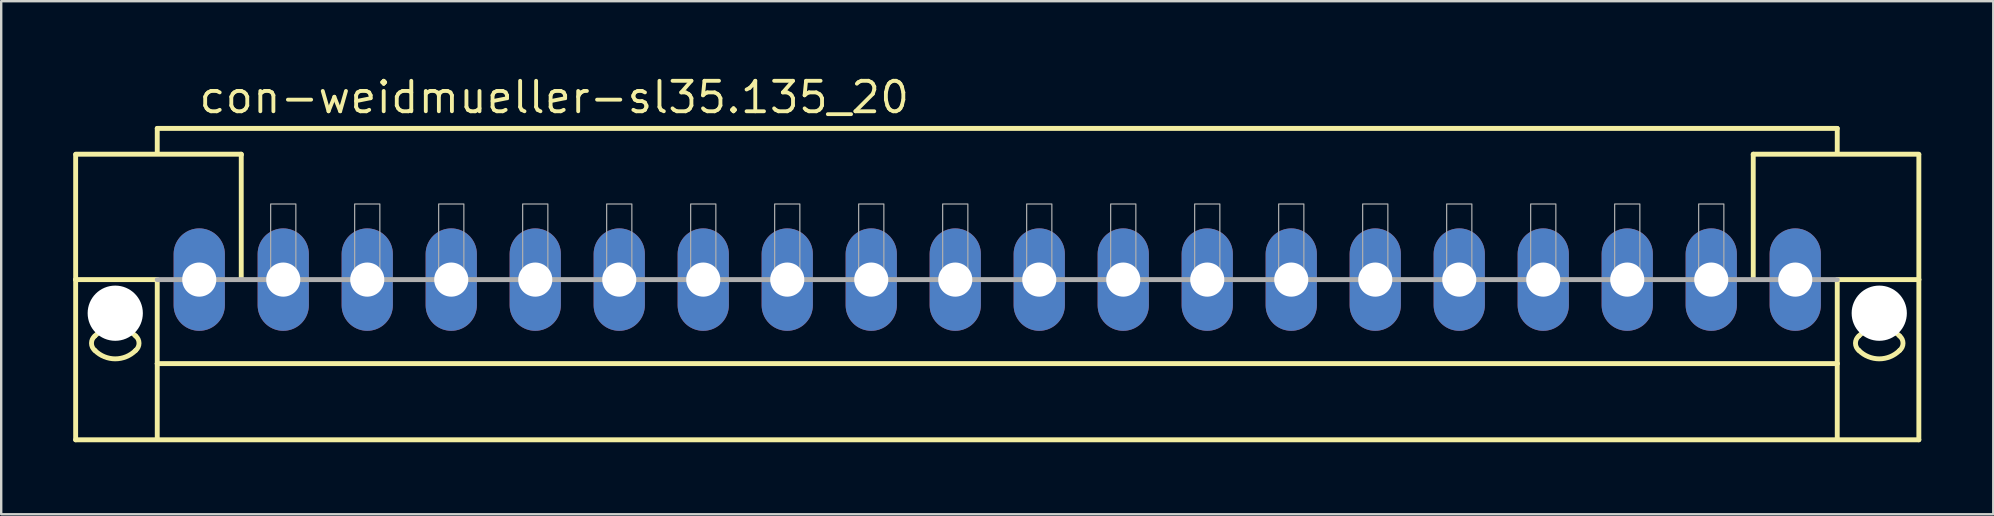
<source format=kicad_pcb>
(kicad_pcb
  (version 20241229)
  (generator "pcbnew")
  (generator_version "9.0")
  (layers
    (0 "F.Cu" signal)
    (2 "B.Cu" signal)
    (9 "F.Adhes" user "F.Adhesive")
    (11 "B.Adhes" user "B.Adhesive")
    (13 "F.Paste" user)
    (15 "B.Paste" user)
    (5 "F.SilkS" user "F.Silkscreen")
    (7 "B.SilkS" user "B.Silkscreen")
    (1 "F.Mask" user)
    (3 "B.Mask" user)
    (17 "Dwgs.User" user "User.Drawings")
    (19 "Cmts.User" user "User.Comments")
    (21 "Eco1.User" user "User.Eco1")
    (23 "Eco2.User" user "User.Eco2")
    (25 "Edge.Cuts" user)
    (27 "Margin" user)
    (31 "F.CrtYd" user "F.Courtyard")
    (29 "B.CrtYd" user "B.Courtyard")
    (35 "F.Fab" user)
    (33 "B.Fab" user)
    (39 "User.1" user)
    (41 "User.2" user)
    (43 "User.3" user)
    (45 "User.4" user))
  (footprint "con-weidmueller-sl35.135_20"
    (layer "F.Cu")
    (at 38.502 8.6)
    (property "Reference" "con-weidmueller-sl35.135_20" (at -33.35 -6.85 0) (layer "F.SilkS") (effects (font (size 1.27 1.27) (thickness 0.16)) (justify left bottom)))
    (attr through_hole)
    (fp_line (start -38.4 -5.225) (end -31.5 -5.225) (stroke (width 0.203) (type default)) (layer "F.SilkS"))
    (fp_line (start -38.4 -5.2) (end -38.4 0) (stroke (width 0.203) (type default)) (layer "F.SilkS"))
    (fp_line (start -38.4 0) (end -38.4 6.675) (stroke (width 0.203) (type default)) (layer "F.SilkS"))
    (fp_line (start -38.4 0) (end -35 0) (stroke (width 0.203) (type default)) (layer "F.SilkS"))
    (fp_line (start -38.4 6.675) (end 38.4 6.675) (stroke (width 0.203) (type default)) (layer "F.SilkS"))
    (fp_line (start -35 -6.3) (end 35 -6.3) (stroke (width 0.203) (type default)) (layer "F.SilkS"))
    (fp_line (start -35 -5.3) (end -35 -6.3) (stroke (width 0.203) (type default)) (layer "F.SilkS"))
    (fp_line (start -35 0) (end -35 3.5) (stroke (width 0.203) (type default)) (layer "F.SilkS"))
    (fp_line (start -35 3.5) (end 35 3.5) (stroke (width 0.203) (type default)) (layer "F.SilkS"))
    (fp_line (start -35 6.65) (end -35 3.5) (stroke (width 0.203) (type default)) (layer "F.SilkS"))
    (fp_line (start -31.5 -5.225) (end -31.5 -5.2) (stroke (width 0.203) (type default)) (layer "F.SilkS"))
    (fp_line (start -31.5 -5.175) (end -31.5 0) (stroke (width 0.203) (type default)) (layer "F.SilkS"))
    (fp_line (start 31.5 -5.225) (end 38.4 -5.225) (stroke (width 0.203) (type default)) (layer "F.SilkS"))
    (fp_line (start 31.5 -5.2) (end 31.5 -5.225) (stroke (width 0.203) (type default)) (layer "F.SilkS"))
    (fp_line (start 31.5 0) (end 31.5 -5.175) (stroke (width 0.203) (type default)) (layer "F.SilkS"))
    (fp_line (start 35 -6.3) (end 35 -5.3) (stroke (width 0.203) (type default)) (layer "F.SilkS"))
    (fp_line (start 35 3.5) (end 35 0) (stroke (width 0.203) (type default)) (layer "F.SilkS"))
    (fp_line (start 35 6.65) (end 35 3.5) (stroke (width 0.203) (type default)) (layer "F.SilkS"))
    (fp_line (start 38.4 0) (end 35 0) (stroke (width 0.203) (type default)) (layer "F.SilkS"))
    (fp_line (start 38.4 0) (end 38.4 -5.2) (stroke (width 0.203) (type default)) (layer "F.SilkS"))
    (fp_line (start 38.4 6.675) (end 38.4 0) (stroke (width 0.203) (type default)) (layer "F.SilkS"))
    (fp_arc (start -37.6 2.35) (mid -36.75 1.997918) (end -35.9 2.35) (stroke (width 0.2032) (type default)) (layer "F.SilkS"))
    (fp_arc (start -37.6 2.95) (mid -37.740512 2.65) (end -37.6 2.35) (stroke (width 0.2032) (type default)) (layer "F.SilkS"))
    (fp_arc (start -35.9 2.35) (mid -35.759488 2.65) (end -35.9 2.95) (stroke (width 0.2032) (type default)) (layer "F.SilkS"))
    (fp_arc (start -35.9 2.95) (mid -36.75 3.302082) (end -37.6 2.95) (stroke (width 0.2032) (type default)) (layer "F.SilkS"))
    (fp_arc (start 35.9 2.35) (mid 36.75 1.997918) (end 37.6 2.35) (stroke (width 0.2032) (type default)) (layer "F.SilkS"))
    (fp_arc (start 35.9 2.95) (mid 35.759488 2.65) (end 35.9 2.35) (stroke (width 0.2032) (type default)) (layer "F.SilkS"))
    (fp_arc (start 37.6 2.35) (mid 37.740512 2.65) (end 37.6 2.95) (stroke (width 0.2032) (type default)) (layer "F.SilkS"))
    (fp_arc (start 37.6 2.95) (mid 36.75 3.302082) (end 35.9 2.95) (stroke (width 0.2032) (type default)) (layer "F.SilkS"))
    (fp_line (start 35 0) (end -35 0) (stroke (width 0.203) (type default)) (layer "F.Fab"))
    (fp_rect (start -30.275 0) (end -29.225 -3.15) (stroke (width 0.05) (type default)) (fill no) (layer "F.Fab"))
    (fp_rect (start -26.775 0) (end -25.725 -3.15) (stroke (width 0.05) (type default)) (fill no) (layer "F.Fab"))
    (fp_rect (start -23.275 0) (end -22.225 -3.15) (stroke (width 0.05) (type default)) (fill no) (layer "F.Fab"))
    (fp_rect (start -19.775 0) (end -18.725 -3.15) (stroke (width 0.05) (type default)) (fill no) (layer "F.Fab"))
    (fp_rect (start -16.275 0) (end -15.225 -3.15) (stroke (width 0.05) (type default)) (fill no) (layer "F.Fab"))
    (fp_rect (start -12.775 0) (end -11.725 -3.15) (stroke (width 0.05) (type default)) (fill no) (layer "F.Fab"))
    (fp_rect (start -9.275 0) (end -8.225 -3.15) (stroke (width 0.05) (type default)) (fill no) (layer "F.Fab"))
    (fp_rect (start -5.775 0) (end -4.725 -3.15) (stroke (width 0.05) (type default)) (fill no) (layer "F.Fab"))
    (fp_rect (start -2.275 0) (end -1.225 -3.15) (stroke (width 0.05) (type default)) (fill no) (layer "F.Fab"))
    (fp_rect (start 1.225 0) (end 2.275 -3.15) (stroke (width 0.05) (type default)) (fill no) (layer "F.Fab"))
    (fp_rect (start 4.725 0) (end 5.775 -3.15) (stroke (width 0.05) (type default)) (fill no) (layer "F.Fab"))
    (fp_rect (start 8.225 0) (end 9.275 -3.15) (stroke (width 0.05) (type default)) (fill no) (layer "F.Fab"))
    (fp_rect (start 11.725 0) (end 12.775 -3.15) (stroke (width 0.05) (type default)) (fill no) (layer "F.Fab"))
    (fp_rect (start 15.225 0) (end 16.275 -3.15) (stroke (width 0.05) (type default)) (fill no) (layer "F.Fab"))
    (fp_rect (start 18.725 0) (end 19.775 -3.15) (stroke (width 0.05) (type default)) (fill no) (layer "F.Fab"))
    (fp_rect (start 22.225 0) (end 23.275 -3.15) (stroke (width 0.05) (type default)) (fill no) (layer "F.Fab"))
    (fp_rect (start 25.725 0) (end 26.775 -3.15) (stroke (width 0.05) (type default)) (fill no) (layer "F.Fab"))
    (fp_rect (start 29.225 0) (end 30.275 -3.15) (stroke (width 0.05) (type default)) (fill no) (layer "F.Fab"))
    (pad "" np_thru_hole circle (at -36.75 1.4) (size 2.3 2.3) (drill 2.3) (layers "*.Cu" "*.Mask"))
    (pad "" np_thru_hole circle (at 36.75 1.4) (size 2.3 2.3) (drill 2.3) (layers "*.Cu" "*.Mask"))
    (pad "1" thru_hole oval (at -33.25 0 90) (size 4.267 2.134) (drill 1.422) (layers "*.Cu" "*.Mask"))
    (pad "2" thru_hole oval (at -29.75 0 90) (size 4.267 2.134) (drill 1.422) (layers "*.Cu" "*.Mask"))
    (pad "3" thru_hole oval (at -26.25 0 90) (size 4.267 2.134) (drill 1.422) (layers "*.Cu" "*.Mask"))
    (pad "4" thru_hole oval (at -22.75 0 90) (size 4.267 2.134) (drill 1.422) (layers "*.Cu" "*.Mask"))
    (pad "5" thru_hole oval (at -19.25 0 90) (size 4.267 2.134) (drill 1.422) (layers "*.Cu" "*.Mask"))
    (pad "6" thru_hole oval (at -15.75 0 90) (size 4.267 2.134) (drill 1.422) (layers "*.Cu" "*.Mask"))
    (pad "7" thru_hole oval (at -12.25 0 90) (size 4.267 2.134) (drill 1.422) (layers "*.Cu" "*.Mask"))
    (pad "8" thru_hole oval (at -8.75 0 90) (size 4.267 2.134) (drill 1.422) (layers "*.Cu" "*.Mask"))
    (pad "9" thru_hole oval (at -5.25 0 90) (size 4.267 2.134) (drill 1.422) (layers "*.Cu" "*.Mask"))
    (pad "10" thru_hole oval (at -1.75 0 90) (size 4.267 2.134) (drill 1.422) (layers "*.Cu" "*.Mask"))
    (pad "11" thru_hole oval (at 1.75 0 90) (size 4.267 2.134) (drill 1.422) (layers "*.Cu" "*.Mask"))
    (pad "12" thru_hole oval (at 5.25 0 90) (size 4.267 2.134) (drill 1.422) (layers "*.Cu" "*.Mask"))
    (pad "13" thru_hole oval (at 8.75 0 90) (size 4.267 2.134) (drill 1.422) (layers "*.Cu" "*.Mask"))
    (pad "14" thru_hole oval (at 12.25 0 90) (size 4.267 2.134) (drill 1.422) (layers "*.Cu" "*.Mask"))
    (pad "15" thru_hole oval (at 15.75 0 90) (size 4.267 2.134) (drill 1.422) (layers "*.Cu" "*.Mask"))
    (pad "16" thru_hole oval (at 19.25 0 90) (size 4.267 2.134) (drill 1.422) (layers "*.Cu" "*.Mask"))
    (pad "17" thru_hole oval (at 22.75 0 90) (size 4.267 2.134) (drill 1.422) (layers "*.Cu" "*.Mask"))
    (pad "18" thru_hole oval (at 26.25 0 90) (size 4.267 2.134) (drill 1.422) (layers "*.Cu" "*.Mask"))
    (pad "19" thru_hole oval (at 29.75 0 90) (size 4.267 2.134) (drill 1.422) (layers "*.Cu" "*.Mask"))
    (pad "20" thru_hole oval (at 33.25 0 90) (size 4.267 2.134) (drill 1.422) (layers "*.Cu" "*.Mask")))
  (gr_rect
    (start -3 -3)
    (end 80.003 18.377)
    (stroke (width 0.1) (type default))
    (fill no)
    (layer "Edge.Cuts")))
</source>
